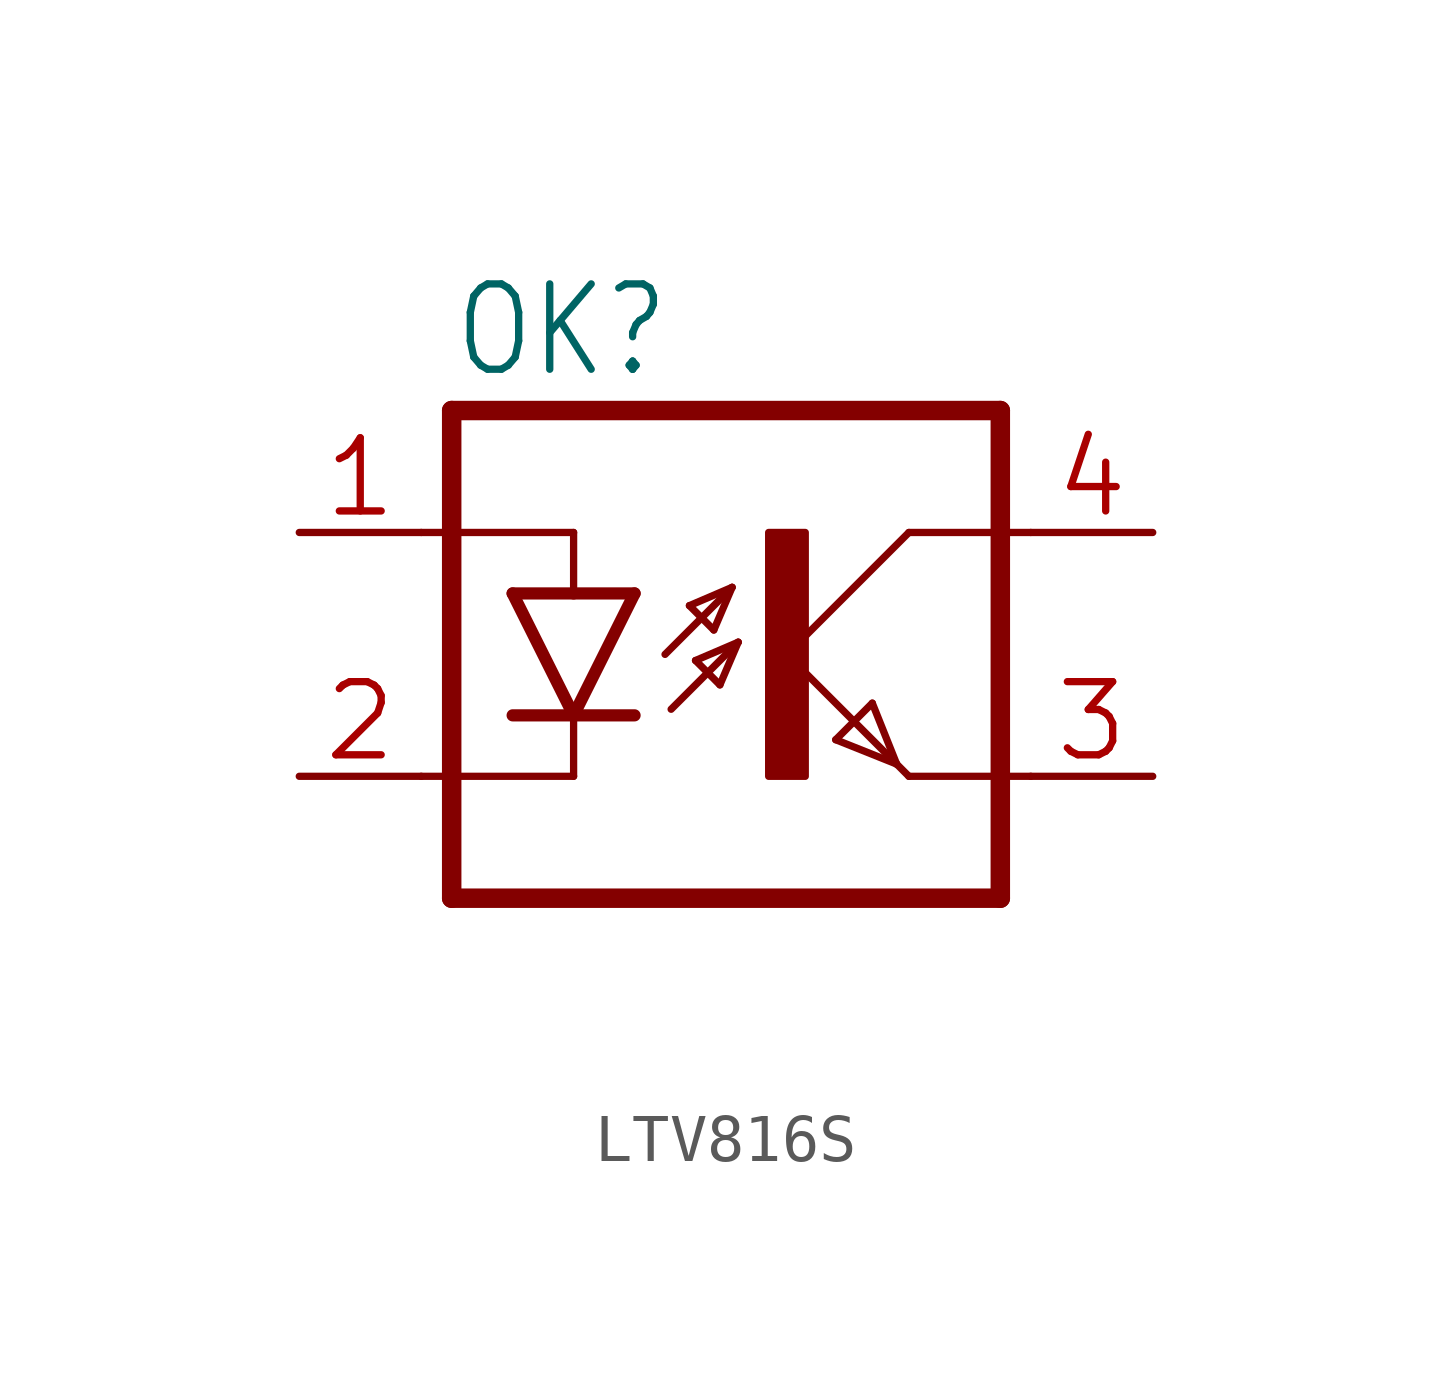
<source format=kicad_sym>
(kicad_symbol_lib
  (version 20241209)
  (generator "kicad_symbol_editor")
  (generator_version "9.0")
  (symbol "LTV816S"
    (property "Reference" "OK"
      (at -6.985 5.715 0)
      (effects (font (size 1.778 1.511)) (justify left bottom)))
    (property "Value" ""
      (at -6.985 -7.62 0)
      (effects (font (size 1.778 1.511)) (justify left bottom)))
    (property "ki_locked" ""
      (at 0 0 0)
      (effects (font (size 1.27 1.27))))
    (symbol "LTV816S_1_0"
      (polyline (pts (xy -6.985 5.08) (xy -6.985 -5.08)) (stroke (width 0.406) (type solid)) (fill (type none)))
      (polyline (pts (xy -6.985 5.08) (xy 4.445 5.08)) (stroke (width 0.406) (type solid)) (fill (type none)))
      (polyline (pts (xy -6.985 -5.08) (xy 4.445 -5.08)) (stroke (width 0.406) (type solid)) (fill (type none)))
      (polyline (pts (xy -4.445 2.54) (xy -7.62 2.54)) (stroke (width 0.152) (type solid)) (fill (type none)))
      (polyline (pts (xy -4.445 2.54) (xy -4.445 1.27)) (stroke (width 0.152) (type solid)) (fill (type none)))
      (polyline (pts (xy -4.445 1.27) (xy -5.715 1.27)) (stroke (width 0.254) (type solid)) (fill (type none)))
      (polyline (pts (xy -4.445 -1.27) (xy -5.715 1.27)) (stroke (width 0.254) (type solid)) (fill (type none)))
      (polyline (pts (xy -4.445 -1.27) (xy -5.715 -1.27)) (stroke (width 0.254) (type solid)) (fill (type none)))
      (polyline (pts (xy -4.445 -1.27) (xy -4.445 -2.54)) (stroke (width 0.152) (type solid)) (fill (type none)))
      (polyline (pts (xy -4.445 -2.54) (xy -7.62 -2.54)) (stroke (width 0.152) (type solid)) (fill (type none)))
      (polyline (pts (xy -3.175 1.27) (xy -4.445 1.27)) (stroke (width 0.254) (type solid)) (fill (type none)))
      (polyline (pts (xy -3.175 1.27) (xy -4.445 -1.27)) (stroke (width 0.254) (type solid)) (fill (type none)))
      (polyline (pts (xy -3.175 -1.27) (xy -4.445 -1.27)) (stroke (width 0.254) (type solid)) (fill (type none)))
      (polyline (pts (xy -2.54 0) (xy -1.143 1.397)) (stroke (width 0.152) (type solid)) (fill (type none)))
      (polyline (pts (xy -2.413 -1.143) (xy -1.016 0.254)) (stroke (width 0.152) (type solid)) (fill (type none)))
      (polyline (pts (xy -2.032 1.016) (xy -1.524 0.508)) (stroke (width 0.152) (type solid)) (fill (type none)))
      (polyline (pts (xy -1.905 -0.127) (xy -1.397 -0.635)) (stroke (width 0.152) (type solid)) (fill (type none)))
      (polyline (pts (xy -1.524 0.508) (xy -1.143 1.397)) (stroke (width 0.152) (type solid)) (fill (type none)))
      (polyline (pts (xy -1.397 -0.635) (xy -1.016 0.254)) (stroke (width 0.152) (type solid)) (fill (type none)))
      (polyline (pts (xy -1.143 1.397) (xy -2.032 1.016)) (stroke (width 0.152) (type solid)) (fill (type none)))
      (polyline (pts (xy -1.016 0.254) (xy -1.905 -0.127)) (stroke (width 0.152) (type solid)) (fill (type none)))
      (rectangle (start -0.381 -2.54) (end 0.381 2.54) (stroke (width 0) (type default)) (fill (type outline)))
      (polyline (pts (xy 0 0) (xy 2.286 -2.286)) (stroke (width 0.152) (type solid)) (fill (type none)))
      (polyline (pts (xy 1.016 -1.778) (xy 1.778 -1.016)) (stroke (width 0.152) (type solid)) (fill (type none)))
      (polyline (pts (xy 1.778 -1.016) (xy 2.286 -2.286)) (stroke (width 0.152) (type solid)) (fill (type none)))
      (polyline (pts (xy 2.286 -2.286) (xy 1.016 -1.778)) (stroke (width 0.152) (type solid)) (fill (type none)))
      (polyline (pts (xy 2.286 -2.286) (xy 2.54 -2.54)) (stroke (width 0.152) (type solid)) (fill (type none)))
      (polyline (pts (xy 2.54 2.54) (xy 0 0)) (stroke (width 0.152) (type solid)) (fill (type none)))
      (polyline (pts (xy 2.54 2.54) (xy 5.08 2.54)) (stroke (width 0.152) (type solid)) (fill (type none)))
      (polyline (pts (xy 2.54 -2.54) (xy 5.08 -2.54)) (stroke (width 0.152) (type solid)) (fill (type none)))
      (polyline (pts (xy 4.445 5.08) (xy 4.445 -5.08)) (stroke (width 0.406) (type solid)) (fill (type none)))
      (pin passive line (at -10.16 2.54 0) (length 2.54) (name "A" (effects (font (size 0 0)))) (number "1" (effects (font (size 1.524 1.524)))))
      (pin passive line (at -10.16 -2.54 0) (length 2.54) (name "C" (effects (font (size 0 0)))) (number "2" (effects (font (size 1.524 1.524)))))
      (pin passive line (at 7.62 2.54 180) (length 2.54) (name "COL" (effects (font (size 0 0)))) (number "4" (effects (font (size 1.524 1.524)))))
      (pin passive line (at 7.62 -2.54 180) (length 2.54) (name "EMIT" (effects (font (size 0 0)))) (number "3" (effects (font (size 1.524 1.524))))))))
</source>
